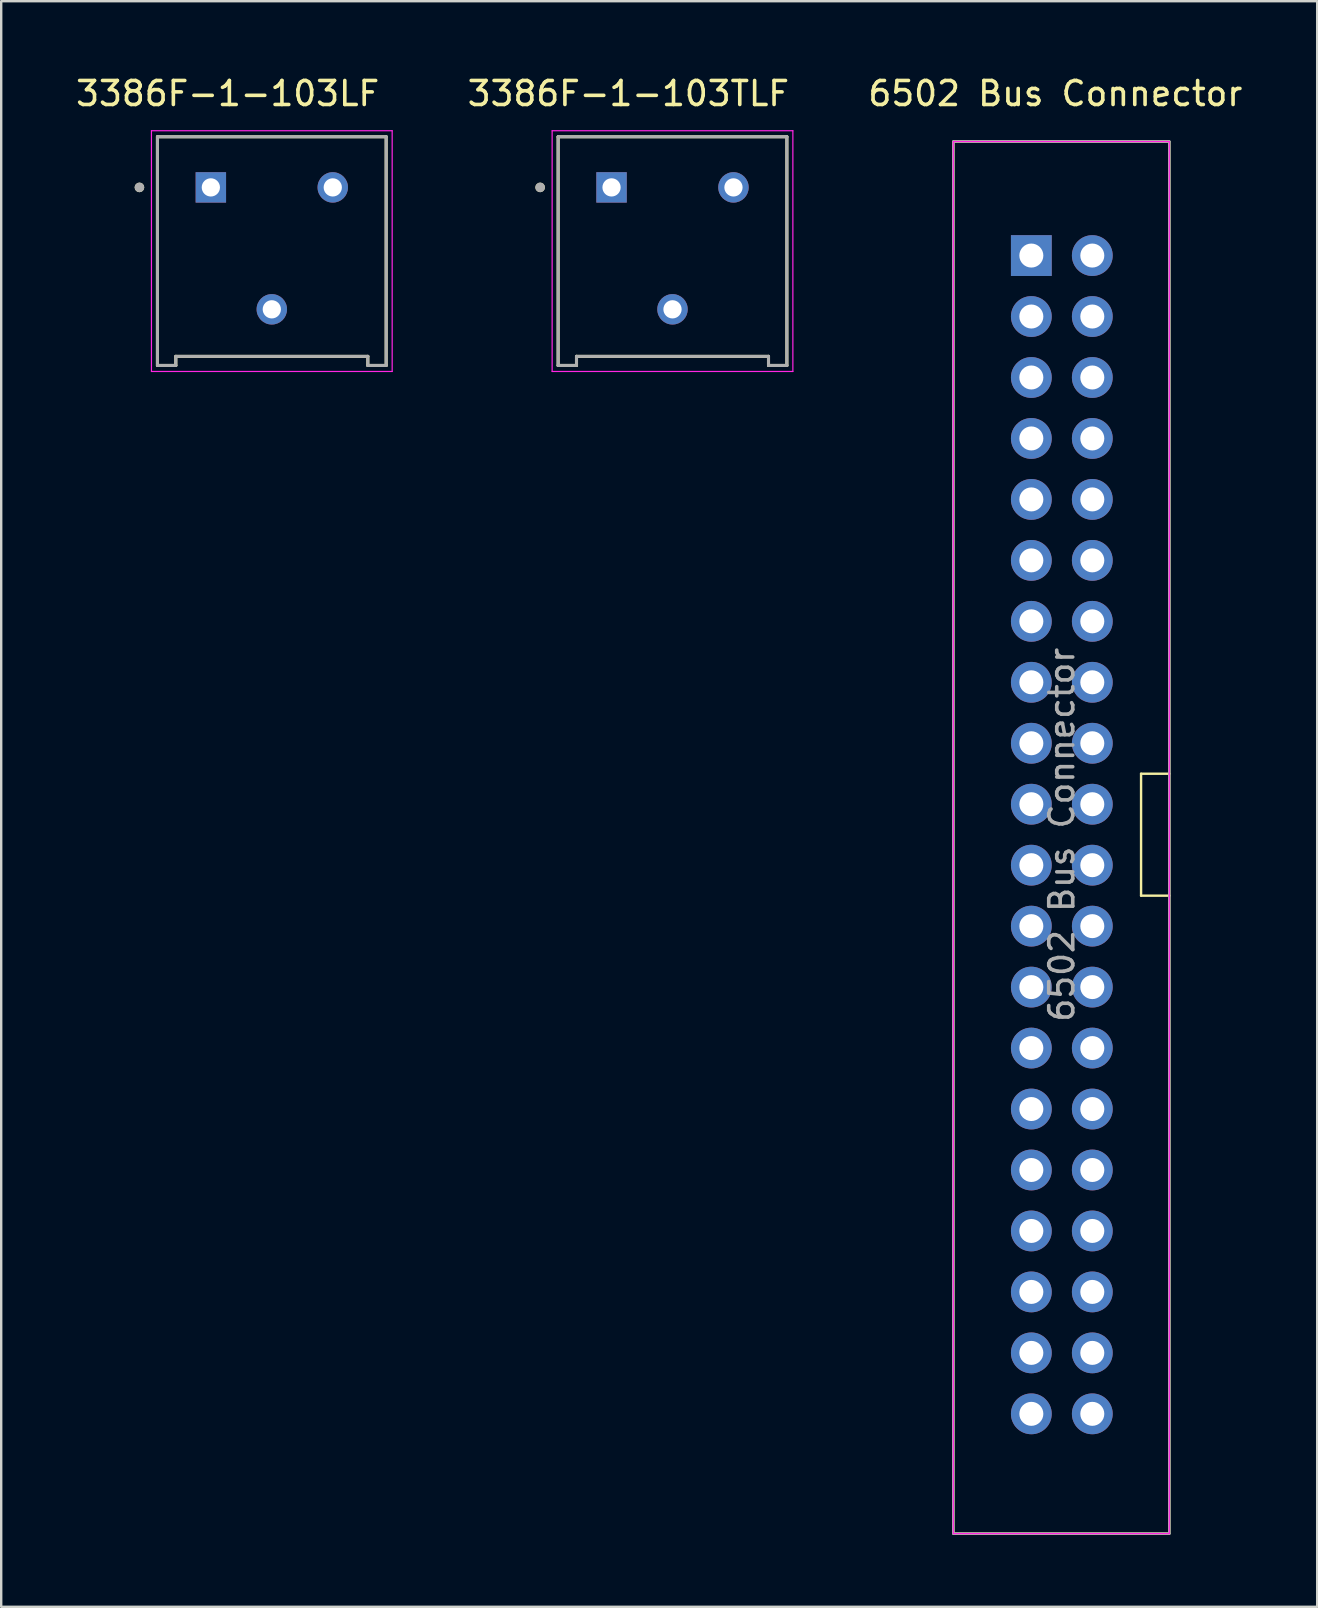
<source format=kicad_pcb>
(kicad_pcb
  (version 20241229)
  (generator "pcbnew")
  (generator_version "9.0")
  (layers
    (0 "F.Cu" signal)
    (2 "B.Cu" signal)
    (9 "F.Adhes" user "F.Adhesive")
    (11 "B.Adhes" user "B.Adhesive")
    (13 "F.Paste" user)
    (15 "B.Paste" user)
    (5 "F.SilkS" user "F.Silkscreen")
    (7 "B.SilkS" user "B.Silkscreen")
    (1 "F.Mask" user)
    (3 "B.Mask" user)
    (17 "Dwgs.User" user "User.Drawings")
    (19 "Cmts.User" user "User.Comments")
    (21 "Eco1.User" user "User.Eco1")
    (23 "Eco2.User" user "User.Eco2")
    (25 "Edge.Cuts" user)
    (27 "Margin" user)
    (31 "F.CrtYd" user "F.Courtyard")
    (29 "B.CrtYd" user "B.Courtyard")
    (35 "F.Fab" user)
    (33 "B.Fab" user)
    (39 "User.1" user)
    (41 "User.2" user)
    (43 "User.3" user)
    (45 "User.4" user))
  (footprint "3386F-1-103LF"
    (layer "F.Cu")
    (at 8.275 7.413)
    (property "Reference" "3386F-1-103LF" (at -1.84 -6.565 0) (layer "F.SilkS") (effects (font (size 1 1) (thickness 0.15))))
    (attr through_hole)
    (fp_line (start -4.765 -4.765) (end -4.765 4.765) (stroke (width 0.127) (type solid)) (layer "F.SilkS"))
    (fp_line (start -4.765 4.765) (end -4 4.765) (stroke (width 0.127) (type solid)) (layer "F.SilkS"))
    (fp_line (start -4 4.385) (end 4 4.385) (stroke (width 0.127) (type solid)) (layer "F.SilkS"))
    (fp_line (start -4 4.765) (end -4 4.385) (stroke (width 0.127) (type solid)) (layer "F.SilkS"))
    (fp_line (start 4 4.385) (end 4 4.765) (stroke (width 0.127) (type solid)) (layer "F.SilkS"))
    (fp_line (start 4 4.765) (end 4.765 4.765) (stroke (width 0.127) (type solid)) (layer "F.SilkS"))
    (fp_line (start 4.765 -4.765) (end -4.765 -4.765) (stroke (width 0.127) (type solid)) (layer "F.SilkS"))
    (fp_line (start 4.765 4.765) (end 4.765 -4.765) (stroke (width 0.127) (type solid)) (layer "F.SilkS"))
    (fp_circle (center -5.515 -2.655) (end -5.415 -2.655) (stroke (width 0.2) (type solid)) (fill no) (layer "F.SilkS"))
    (fp_line (start -5.015 -5.015) (end -5.015 5.015) (stroke (width 0.05) (type solid)) (layer "F.CrtYd"))
    (fp_line (start -5.015 5.015) (end 5.015 5.015) (stroke (width 0.05) (type solid)) (layer "F.CrtYd"))
    (fp_line (start 5.015 -5.015) (end -5.015 -5.015) (stroke (width 0.05) (type solid)) (layer "F.CrtYd"))
    (fp_line (start 5.015 5.015) (end 5.015 -5.015) (stroke (width 0.05) (type solid)) (layer "F.CrtYd"))
    (fp_line (start -4.765 -4.765) (end -4.765 4.765) (stroke (width 0.127) (type solid)) (layer "F.Fab"))
    (fp_line (start -4.765 4.765) (end -4 4.765) (stroke (width 0.127) (type solid)) (layer "F.Fab"))
    (fp_line (start -4 4.385) (end 4 4.385) (stroke (width 0.127) (type solid)) (layer "F.Fab"))
    (fp_line (start -4 4.765) (end -4 4.385) (stroke (width 0.127) (type solid)) (layer "F.Fab"))
    (fp_line (start 4 4.385) (end 4 4.765) (stroke (width 0.127) (type solid)) (layer "F.Fab"))
    (fp_line (start 4 4.765) (end 4.765 4.765) (stroke (width 0.127) (type solid)) (layer "F.Fab"))
    (fp_line (start 4.765 -4.765) (end -4.765 -4.765) (stroke (width 0.127) (type solid)) (layer "F.Fab"))
    (fp_line (start 4.765 4.765) (end 4.765 -4.765) (stroke (width 0.127) (type solid)) (layer "F.Fab"))
    (fp_circle (center -5.515 -2.655) (end -5.415 -2.655) (stroke (width 0.2) (type solid)) (fill no) (layer "F.Fab"))
    (pad "1" thru_hole rect (at -2.54 -2.655) (size 1.268 1.268) (drill 0.76) (layers "*.Cu" "*.Mask"))
    (pad "2" thru_hole circle (at 0 2.425) (size 1.268 1.268) (drill 0.76) (layers "*.Cu" "*.Mask"))
    (pad "3" thru_hole circle (at 2.54 -2.655) (size 1.268 1.268) (drill 0.76) (layers "*.Cu" "*.Mask")))
  (footprint "3386F-1-103TLF"
    (layer "F.Cu")
    (at 24.97 7.413)
    (property "Reference" "3386F-1-103TLF" (at -1.84 -6.565 0) (layer "F.SilkS") (effects (font (size 1 1) (thickness 0.15))))
    (attr through_hole)
    (fp_line (start -4.765 -4.765) (end -4.765 4.765) (stroke (width 0.127) (type solid)) (layer "F.SilkS"))
    (fp_line (start -4.765 4.765) (end -4 4.765) (stroke (width 0.127) (type solid)) (layer "F.SilkS"))
    (fp_line (start -4 4.385) (end 4 4.385) (stroke (width 0.127) (type solid)) (layer "F.SilkS"))
    (fp_line (start -4 4.765) (end -4 4.385) (stroke (width 0.127) (type solid)) (layer "F.SilkS"))
    (fp_line (start 4 4.385) (end 4 4.765) (stroke (width 0.127) (type solid)) (layer "F.SilkS"))
    (fp_line (start 4 4.765) (end 4.765 4.765) (stroke (width 0.127) (type solid)) (layer "F.SilkS"))
    (fp_line (start 4.765 -4.765) (end -4.765 -4.765) (stroke (width 0.127) (type solid)) (layer "F.SilkS"))
    (fp_line (start 4.765 4.765) (end 4.765 -4.765) (stroke (width 0.127) (type solid)) (layer "F.SilkS"))
    (fp_circle (center -5.515 -2.655) (end -5.415 -2.655) (stroke (width 0.2) (type solid)) (fill no) (layer "F.SilkS"))
    (fp_line (start -5.015 -5.015) (end -5.015 5.015) (stroke (width 0.05) (type solid)) (layer "F.CrtYd"))
    (fp_line (start -5.015 5.015) (end 5.015 5.015) (stroke (width 0.05) (type solid)) (layer "F.CrtYd"))
    (fp_line (start 5.015 -5.015) (end -5.015 -5.015) (stroke (width 0.05) (type solid)) (layer "F.CrtYd"))
    (fp_line (start 5.015 5.015) (end 5.015 -5.015) (stroke (width 0.05) (type solid)) (layer "F.CrtYd"))
    (fp_line (start -4.765 -4.765) (end -4.765 4.765) (stroke (width 0.127) (type solid)) (layer "F.Fab"))
    (fp_line (start -4.765 4.765) (end -4 4.765) (stroke (width 0.127) (type solid)) (layer "F.Fab"))
    (fp_line (start -4 4.385) (end 4 4.385) (stroke (width 0.127) (type solid)) (layer "F.Fab"))
    (fp_line (start -4 4.765) (end -4 4.385) (stroke (width 0.127) (type solid)) (layer "F.Fab"))
    (fp_line (start 4 4.385) (end 4 4.765) (stroke (width 0.127) (type solid)) (layer "F.Fab"))
    (fp_line (start 4 4.765) (end 4.765 4.765) (stroke (width 0.127) (type solid)) (layer "F.Fab"))
    (fp_line (start 4.765 -4.765) (end -4.765 -4.765) (stroke (width 0.127) (type solid)) (layer "F.Fab"))
    (fp_line (start 4.765 4.765) (end 4.765 -4.765) (stroke (width 0.127) (type solid)) (layer "F.Fab"))
    (fp_circle (center -5.515 -2.655) (end -5.415 -2.655) (stroke (width 0.2) (type solid)) (fill no) (layer "F.Fab"))
    (pad "1" thru_hole rect (at -2.54 -2.655) (size 1.268 1.268) (drill 0.76) (layers "*.Cu" "*.Mask"))
    (pad "2" thru_hole circle (at 0 2.425) (size 1.268 1.268) (drill 0.76) (layers "*.Cu" "*.Mask"))
    (pad "3" thru_hole circle (at 2.54 -2.655) (size 1.268 1.268) (drill 0.76) (layers "*.Cu" "*.Mask")))
  (footprint "6502 Bus Connector"
    (layer "F.Cu")
    (at 39.921 7.598)
    (property "Reference" "6502 Bus Connector" (at 1 -6.75 0) (layer "F.SilkS") (effects (font (size 1 1) (thickness 0.15))))
    (attr through_hole)
    (fp_line (start 4.572 21.59) (end 4.572 26.67) (stroke (width 0.1) (type default)) (layer "F.SilkS"))
    (fp_line (start 4.572 26.67) (end 5.75 26.67) (stroke (width 0.1) (type default)) (layer "F.SilkS"))
    (fp_line (start 5.75 21.59) (end 4.572 21.59) (stroke (width 0.1) (type default)) (layer "F.SilkS"))
    (fp_rect (start -3.25 -4.75) (end 5.75 53.25) (stroke (width 0.1) (type default)) (fill no) (layer "F.SilkS"))
    (fp_line (start -3.25 -4.75) (end -3.25 53.25) (stroke (width 0.05) (type solid)) (layer "F.CrtYd"))
    (fp_line (start -3.25 53.25) (end 5.75 53.25) (stroke (width 0.05) (type solid)) (layer "F.CrtYd"))
    (fp_line (start 5.75 -4.75) (end -3.25 -4.75) (stroke (width 0.05) (type solid)) (layer "F.CrtYd"))
    (fp_line (start 5.75 53.25) (end 5.75 -4.75) (stroke (width 0.05) (type solid)) (layer "F.CrtYd"))
    (fp_line (start -3.25 -4.75) (end 5.75 -4.75) (stroke (width 0.1) (type solid)) (layer "F.Fab"))
    (fp_line (start -3.25 53.25) (end -3.25 -4.75) (stroke (width 0.1) (type solid)) (layer "F.Fab"))
    (fp_line (start 5.75 -4.75) (end 5.75 53.25) (stroke (width 0.1) (type solid)) (layer "F.Fab"))
    (fp_line (start 5.75 53.25) (end -3.25 53.25) (stroke (width 0.1) (type solid)) (layer "F.Fab"))
    (fp_text user "${REFERENCE}" (at 1.27 24.13 90) (layer "F.Fab") (effects (font (size 1 1) (thickness 0.15))))
    (pad "1" thru_hole rect (at 0 0) (size 1.7 1.7) (drill 1) (layers "*.Cu" "*.Mask"))
    (pad "2" thru_hole oval (at 2.54 0) (size 1.7 1.7) (drill 1) (layers "*.Cu" "*.Mask"))
    (pad "3" thru_hole oval (at 0 2.54) (size 1.7 1.7) (drill 1) (layers "*.Cu" "*.Mask"))
    (pad "4" thru_hole oval (at 2.54 2.54) (size 1.7 1.7) (drill 1) (layers "*.Cu" "*.Mask"))
    (pad "5" thru_hole oval (at 0 5.08) (size 1.7 1.7) (drill 1) (layers "*.Cu" "*.Mask"))
    (pad "6" thru_hole oval (at 2.54 5.08) (size 1.7 1.7) (drill 1) (layers "*.Cu" "*.Mask"))
    (pad "7" thru_hole oval (at 0 7.62) (size 1.7 1.7) (drill 1) (layers "*.Cu" "*.Mask"))
    (pad "8" thru_hole oval (at 2.54 7.62) (size 1.7 1.7) (drill 1) (layers "*.Cu" "*.Mask"))
    (pad "9" thru_hole oval (at 0 10.16) (size 1.7 1.7) (drill 1) (layers "*.Cu" "*.Mask"))
    (pad "10" thru_hole oval (at 2.54 10.16) (size 1.7 1.7) (drill 1) (layers "*.Cu" "*.Mask"))
    (pad "11" thru_hole oval (at 0 12.7) (size 1.7 1.7) (drill 1) (layers "*.Cu" "*.Mask"))
    (pad "12" thru_hole oval (at 2.54 12.7) (size 1.7 1.7) (drill 1) (layers "*.Cu" "*.Mask"))
    (pad "13" thru_hole oval (at 0 15.24) (size 1.7 1.7) (drill 1) (layers "*.Cu" "*.Mask"))
    (pad "14" thru_hole oval (at 2.54 15.24) (size 1.7 1.7) (drill 1) (layers "*.Cu" "*.Mask"))
    (pad "15" thru_hole oval (at 0 17.78) (size 1.7 1.7) (drill 1) (layers "*.Cu" "*.Mask"))
    (pad "16" thru_hole oval (at 2.54 17.78) (size 1.7 1.7) (drill 1) (layers "*.Cu" "*.Mask"))
    (pad "17" thru_hole oval (at 0 20.32) (size 1.7 1.7) (drill 1) (layers "*.Cu" "*.Mask"))
    (pad "18" thru_hole oval (at 2.54 20.32) (size 1.7 1.7) (drill 1) (layers "*.Cu" "*.Mask"))
    (pad "19" thru_hole oval (at 0 22.86) (size 1.7 1.7) (drill 1) (layers "*.Cu" "*.Mask"))
    (pad "20" thru_hole oval (at 2.54 22.86) (size 1.7 1.7) (drill 1) (layers "*.Cu" "*.Mask"))
    (pad "21" thru_hole oval (at 0 25.4) (size 1.7 1.7) (drill 1) (layers "*.Cu" "*.Mask"))
    (pad "22" thru_hole oval (at 2.54 25.4) (size 1.7 1.7) (drill 1) (layers "*.Cu" "*.Mask"))
    (pad "23" thru_hole oval (at 0 27.94) (size 1.7 1.7) (drill 1) (layers "*.Cu" "*.Mask"))
    (pad "24" thru_hole oval (at 2.54 27.94) (size 1.7 1.7) (drill 1) (layers "*.Cu" "*.Mask"))
    (pad "25" thru_hole oval (at 0 30.48) (size 1.7 1.7) (drill 1) (layers "*.Cu" "*.Mask"))
    (pad "26" thru_hole oval (at 2.54 30.48) (size 1.7 1.7) (drill 1) (layers "*.Cu" "*.Mask"))
    (pad "27" thru_hole oval (at 0 33.02) (size 1.7 1.7) (drill 1) (layers "*.Cu" "*.Mask"))
    (pad "28" thru_hole oval (at 2.54 33.02) (size 1.7 1.7) (drill 1) (layers "*.Cu" "*.Mask"))
    (pad "29" thru_hole oval (at 0 35.56) (size 1.7 1.7) (drill 1) (layers "*.Cu" "*.Mask"))
    (pad "30" thru_hole oval (at 2.54 35.56) (size 1.7 1.7) (drill 1) (layers "*.Cu" "*.Mask"))
    (pad "31" thru_hole oval (at 0 38.1) (size 1.7 1.7) (drill 1) (layers "*.Cu" "*.Mask"))
    (pad "32" thru_hole oval (at 2.54 38.1) (size 1.7 1.7) (drill 1) (layers "*.Cu" "*.Mask"))
    (pad "33" thru_hole oval (at 0 40.64) (size 1.7 1.7) (drill 1) (layers "*.Cu" "*.Mask"))
    (pad "34" thru_hole oval (at 2.54 40.64) (size 1.7 1.7) (drill 1) (layers "*.Cu" "*.Mask"))
    (pad "35" thru_hole oval (at 0 43.18) (size 1.7 1.7) (drill 1) (layers "*.Cu" "*.Mask"))
    (pad "36" thru_hole oval (at 2.54 43.18) (size 1.7 1.7) (drill 1) (layers "*.Cu" "*.Mask"))
    (pad "37" thru_hole oval (at 0 45.72) (size 1.7 1.7) (drill 1) (layers "*.Cu" "*.Mask"))
    (pad "38" thru_hole oval (at 2.54 45.72) (size 1.7 1.7) (drill 1) (layers "*.Cu" "*.Mask"))
    (pad "39" thru_hole oval (at 0 48.26) (size 1.7 1.7) (drill 1) (layers "*.Cu" "*.Mask"))
    (pad "40" thru_hole oval (at 2.54 48.26) (size 1.7 1.7) (drill 1) (layers "*.Cu" "*.Mask")))
  (gr_rect
    (start -3 -3)
    (end 51.831 63.898)
    (stroke (width 0.1) (type default))
    (fill no)
    (layer "Edge.Cuts")))
</source>
